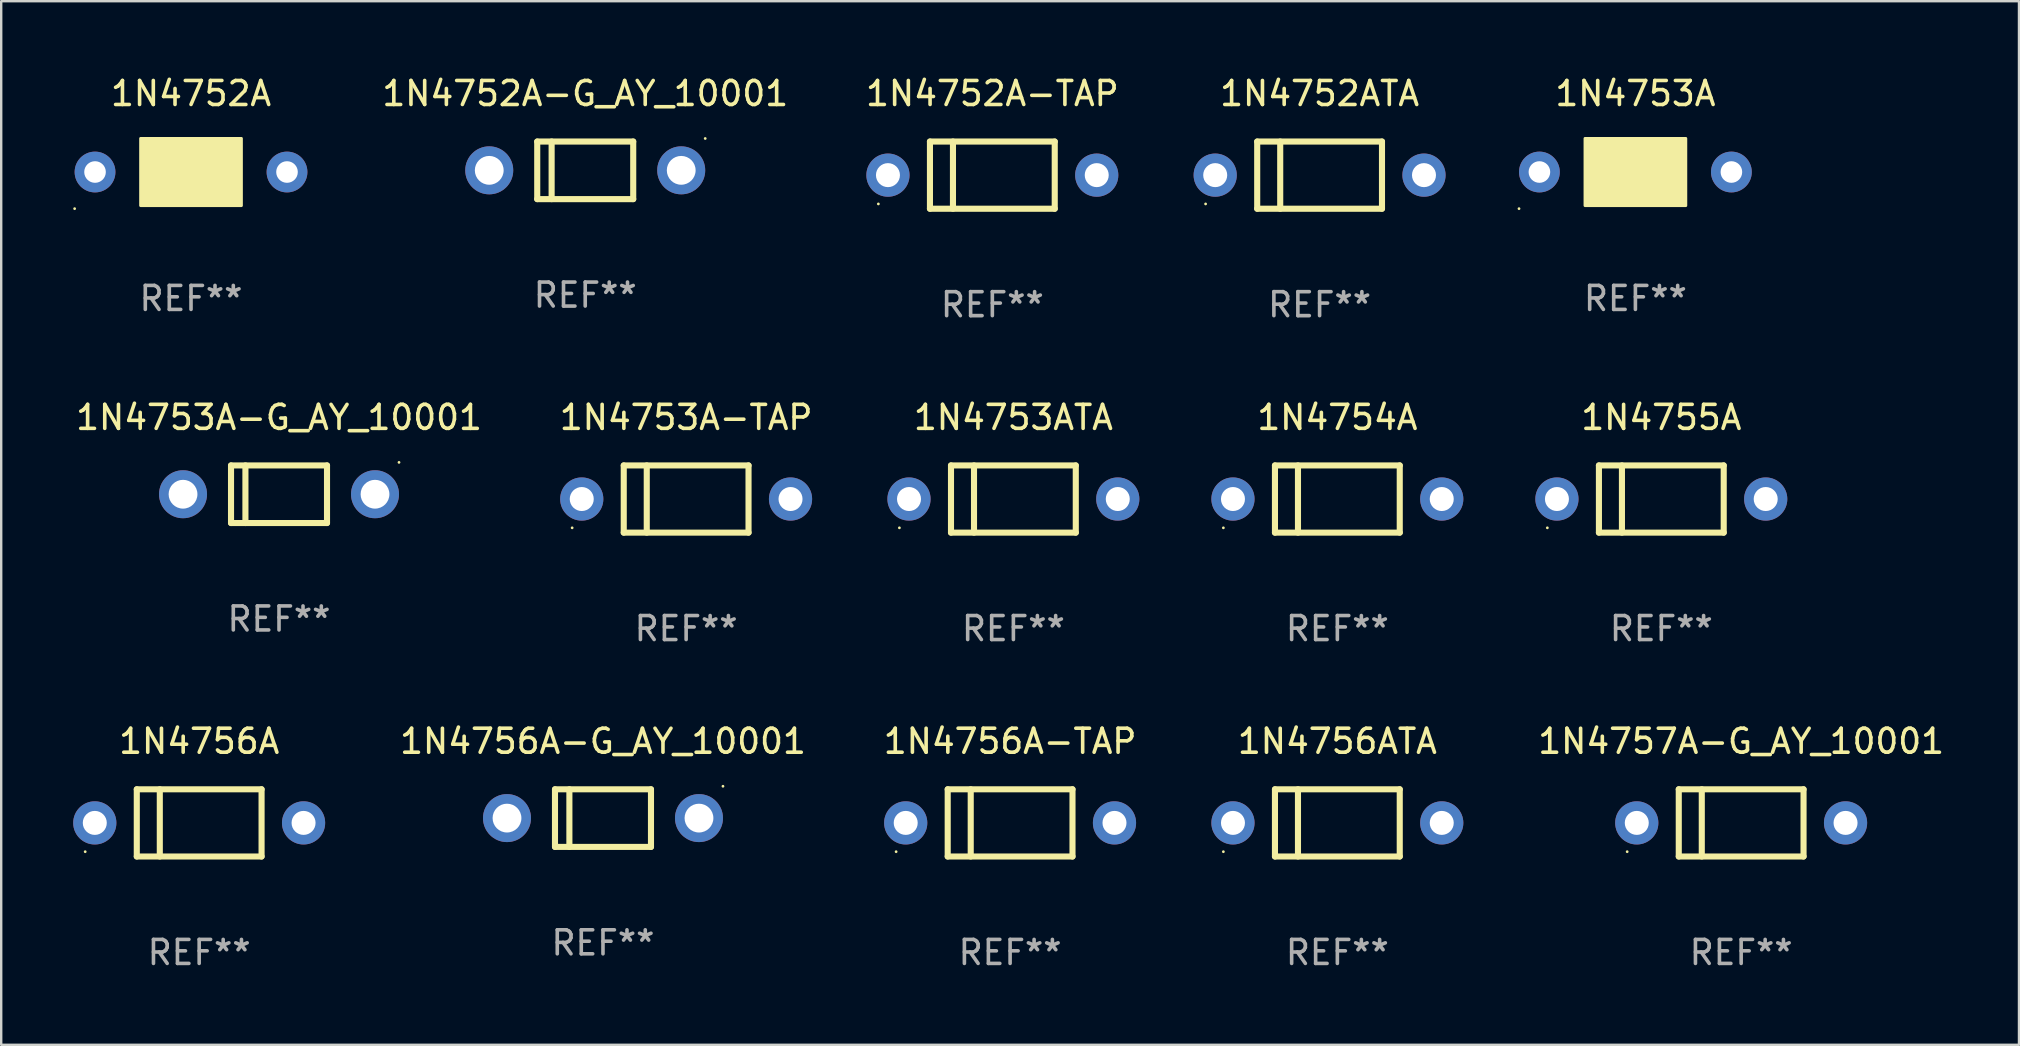
<source format=kicad_pcb>
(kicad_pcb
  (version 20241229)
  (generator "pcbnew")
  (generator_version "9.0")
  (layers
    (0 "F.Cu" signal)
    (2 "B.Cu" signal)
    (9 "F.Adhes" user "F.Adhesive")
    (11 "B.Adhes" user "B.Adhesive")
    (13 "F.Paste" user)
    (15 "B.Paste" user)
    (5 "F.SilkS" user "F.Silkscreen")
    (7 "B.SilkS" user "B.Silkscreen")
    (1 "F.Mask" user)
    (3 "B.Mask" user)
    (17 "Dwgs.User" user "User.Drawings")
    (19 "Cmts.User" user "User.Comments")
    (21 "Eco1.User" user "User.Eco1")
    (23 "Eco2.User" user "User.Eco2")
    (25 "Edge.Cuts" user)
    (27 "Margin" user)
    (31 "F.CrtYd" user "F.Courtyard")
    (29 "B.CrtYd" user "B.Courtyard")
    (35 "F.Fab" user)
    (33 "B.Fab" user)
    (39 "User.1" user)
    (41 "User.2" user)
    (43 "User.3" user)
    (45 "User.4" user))
  (footprint "1N4752A-G_AY_10001"
    (layer "F.Cu")
    (at 21.337 4.048)
    (property "Reference" "1N4752A-G_AY_10001" (at 0 -3.2 0) (layer "F.SilkS") (effects (font (size 1 1) (thickness 0.15))))
    (attr through_hole)
    (fp_line (start -2 -1.2) (end 2 -1.2) (stroke (width 0.254) (type solid)) (layer "F.SilkS"))
    (fp_line (start -2 1.2) (end -2 -1.2) (stroke (width 0.254) (type solid)) (layer "F.SilkS"))
    (fp_line (start -1.4 -1.2) (end -1.4 1.2) (stroke (width 0.254) (type solid)) (layer "F.SilkS"))
    (fp_line (start 2 -1.2) (end 2 1.2) (stroke (width 0.254) (type solid)) (layer "F.SilkS"))
    (fp_line (start 2 1.2) (end -2 1.2) (stroke (width 0.254) (type solid)) (layer "F.SilkS"))
    (fp_circle (center 5 -1.327) (end 5.03 -1.327) (stroke (width 0.06) (type solid)) (fill no) (layer "F.SilkS"))
    (fp_text user "REF**" (at 0 5.2 0) (layer "F.Fab") (effects (font (size 1 1) (thickness 0.15))))
    (pad "1" thru_hole circle (at -4 0) (size 2 2) (drill 1.2) (layers "*.Cu" "*.Mask"))
    (pad "2" thru_hole circle (at 4 0) (size 2 2) (drill 1.2) (layers "*.Cu" "*.Mask")))
  (footprint "1N4752ATA"
    (layer "F.Cu")
    (at 51.939 4.248)
    (property "Reference" "1N4752ATA" (at 0 -3.4 0) (layer "F.SilkS") (effects (font (size 1 1) (thickness 0.15))))
    (attr through_hole)
    (fp_line (start -2.6 -1.4) (end -2.6 1.4) (stroke (width 0.254) (type solid)) (layer "F.SilkS"))
    (fp_line (start -2.6 -1.4) (end 2.6 -1.4) (stroke (width 0.254) (type solid)) (layer "F.SilkS"))
    (fp_line (start -2.6 1.4) (end 2.6 1.4) (stroke (width 0.254) (type solid)) (layer "F.SilkS"))
    (fp_line (start -1.641 -1.4) (end -1.641 1.4) (stroke (width 0.254) (type solid)) (layer "F.SilkS"))
    (fp_line (start 2.6 -1.4) (end 2.6 1.4) (stroke (width 0.254) (type solid)) (layer "F.SilkS"))
    (fp_circle (center -4.75 1.2) (end -4.72 1.2) (stroke (width 0.06) (type solid)) (fill no) (layer "F.SilkS"))
    (fp_text user "REF**" (at 0 5.4 0) (layer "F.Fab") (effects (font (size 1 1) (thickness 0.15))))
    (pad "1" thru_hole circle (at -4.35 0) (size 1.8 1.8) (drill 1) (layers "*.Cu" "*.Mask"))
    (pad "2" thru_hole circle (at 4.35 0) (size 1.8 1.8) (drill 1) (layers "*.Cu" "*.Mask")))
  (footprint "1N4753ATA"
    (layer "F.Cu")
    (at 39.179 17.745)
    (property "Reference" "1N4753ATA" (at 0 -3.4 0) (layer "F.SilkS") (effects (font (size 1 1) (thickness 0.15))))
    (attr through_hole)
    (fp_line (start -2.6 -1.4) (end -2.6 1.4) (stroke (width 0.254) (type solid)) (layer "F.SilkS"))
    (fp_line (start -2.6 -1.4) (end 2.6 -1.4) (stroke (width 0.254) (type solid)) (layer "F.SilkS"))
    (fp_line (start -2.6 1.4) (end 2.6 1.4) (stroke (width 0.254) (type solid)) (layer "F.SilkS"))
    (fp_line (start -1.641 -1.4) (end -1.641 1.4) (stroke (width 0.254) (type solid)) (layer "F.SilkS"))
    (fp_line (start 2.6 -1.4) (end 2.6 1.4) (stroke (width 0.254) (type solid)) (layer "F.SilkS"))
    (fp_circle (center -4.75 1.2) (end -4.72 1.2) (stroke (width 0.06) (type solid)) (fill no) (layer "F.SilkS"))
    (fp_text user "REF**" (at 0 5.4 0) (layer "F.Fab") (effects (font (size 1 1) (thickness 0.15))))
    (pad "1" thru_hole circle (at -4.35 0) (size 1.8 1.8) (drill 1) (layers "*.Cu" "*.Mask"))
    (pad "2" thru_hole circle (at 4.35 0) (size 1.8 1.8) (drill 1) (layers "*.Cu" "*.Mask")))
  (footprint "1N4754A"
    (layer "F.Cu")
    (at 52.679 17.745)
    (property "Reference" "1N4754A" (at 0 -3.4 0) (layer "F.SilkS") (effects (font (size 1 1) (thickness 0.15))))
    (attr through_hole)
    (fp_line (start -2.6 -1.4) (end -2.6 1.4) (stroke (width 0.254) (type solid)) (layer "F.SilkS"))
    (fp_line (start -2.6 -1.4) (end 2.6 -1.4) (stroke (width 0.254) (type solid)) (layer "F.SilkS"))
    (fp_line (start -2.6 1.4) (end 2.6 1.4) (stroke (width 0.254) (type solid)) (layer "F.SilkS"))
    (fp_line (start -1.641 -1.4) (end -1.641 1.4) (stroke (width 0.254) (type solid)) (layer "F.SilkS"))
    (fp_line (start 2.6 -1.4) (end 2.6 1.4) (stroke (width 0.254) (type solid)) (layer "F.SilkS"))
    (fp_circle (center -4.75 1.2) (end -4.72 1.2) (stroke (width 0.06) (type solid)) (fill no) (layer "F.SilkS"))
    (fp_text user "REF**" (at 0 5.4 0) (layer "F.Fab") (effects (font (size 1 1) (thickness 0.15))))
    (pad "1" thru_hole circle (at -4.35 0) (size 1.8 1.8) (drill 1) (layers "*.Cu" "*.Mask"))
    (pad "2" thru_hole circle (at 4.35 0) (size 1.8 1.8) (drill 1) (layers "*.Cu" "*.Mask")))
  (footprint "1N4756ATA"
    (layer "F.Cu")
    (at 52.679 31.241)
    (property "Reference" "1N4756ATA" (at 0 -3.4 0) (layer "F.SilkS") (effects (font (size 1 1) (thickness 0.15))))
    (attr through_hole)
    (fp_line (start -2.6 -1.4) (end -2.6 1.4) (stroke (width 0.254) (type solid)) (layer "F.SilkS"))
    (fp_line (start -2.6 -1.4) (end 2.6 -1.4) (stroke (width 0.254) (type solid)) (layer "F.SilkS"))
    (fp_line (start -2.6 1.4) (end 2.6 1.4) (stroke (width 0.254) (type solid)) (layer "F.SilkS"))
    (fp_line (start -1.641 -1.4) (end -1.641 1.4) (stroke (width 0.254) (type solid)) (layer "F.SilkS"))
    (fp_line (start 2.6 -1.4) (end 2.6 1.4) (stroke (width 0.254) (type solid)) (layer "F.SilkS"))
    (fp_circle (center -4.75 1.2) (end -4.72 1.2) (stroke (width 0.06) (type solid)) (fill no) (layer "F.SilkS"))
    (fp_text user "REF**" (at 0 5.4 0) (layer "F.Fab") (effects (font (size 1 1) (thickness 0.15))))
    (pad "1" thru_hole circle (at -4.35 0) (size 1.8 1.8) (drill 1) (layers "*.Cu" "*.Mask"))
    (pad "2" thru_hole circle (at 4.35 0) (size 1.8 1.8) (drill 1) (layers "*.Cu" "*.Mask")))
  (footprint "1N4756A-TAP"
    (layer "F.Cu")
    (at 39.042 31.241)
    (property "Reference" "1N4756A-TAP" (at 0 -3.4 0) (layer "F.SilkS") (effects (font (size 1 1) (thickness 0.15))))
    (attr through_hole)
    (fp_line (start -2.6 -1.4) (end -2.6 1.4) (stroke (width 0.254) (type solid)) (layer "F.SilkS"))
    (fp_line (start -2.6 -1.4) (end 2.6 -1.4) (stroke (width 0.254) (type solid)) (layer "F.SilkS"))
    (fp_line (start -2.6 1.4) (end 2.6 1.4) (stroke (width 0.254) (type solid)) (layer "F.SilkS"))
    (fp_line (start -1.641 -1.4) (end -1.641 1.4) (stroke (width 0.254) (type solid)) (layer "F.SilkS"))
    (fp_line (start 2.6 -1.4) (end 2.6 1.4) (stroke (width 0.254) (type solid)) (layer "F.SilkS"))
    (fp_circle (center -4.75 1.2) (end -4.72 1.2) (stroke (width 0.06) (type solid)) (fill no) (layer "F.SilkS"))
    (fp_text user "REF**" (at 0 5.4 0) (layer "F.Fab") (effects (font (size 1 1) (thickness 0.15))))
    (pad "1" thru_hole circle (at -4.35 0) (size 1.8 1.8) (drill 1) (layers "*.Cu" "*.Mask"))
    (pad "2" thru_hole circle (at 4.35 0) (size 1.8 1.8) (drill 1) (layers "*.Cu" "*.Mask")))
  (footprint "1N4756A"
    (layer "F.Cu")
    (at 5.25 31.241)
    (property "Reference" "1N4756A" (at 0 -3.4 0) (layer "F.SilkS") (effects (font (size 1 1) (thickness 0.15))))
    (attr through_hole)
    (fp_line (start -2.6 -1.4) (end -2.6 1.4) (stroke (width 0.254) (type solid)) (layer "F.SilkS"))
    (fp_line (start -2.6 -1.4) (end 2.6 -1.4) (stroke (width 0.254) (type solid)) (layer "F.SilkS"))
    (fp_line (start -2.6 1.4) (end 2.6 1.4) (stroke (width 0.254) (type solid)) (layer "F.SilkS"))
    (fp_line (start -1.641 -1.4) (end -1.641 1.4) (stroke (width 0.254) (type solid)) (layer "F.SilkS"))
    (fp_line (start 2.6 -1.4) (end 2.6 1.4) (stroke (width 0.254) (type solid)) (layer "F.SilkS"))
    (fp_circle (center -4.75 1.2) (end -4.72 1.2) (stroke (width 0.06) (type solid)) (fill no) (layer "F.SilkS"))
    (fp_text user "REF**" (at 0 5.4 0) (layer "F.Fab") (effects (font (size 1 1) (thickness 0.15))))
    (pad "1" thru_hole circle (at -4.35 0) (size 1.8 1.8) (drill 1) (layers "*.Cu" "*.Mask"))
    (pad "2" thru_hole circle (at 4.35 0) (size 1.8 1.8) (drill 1) (layers "*.Cu" "*.Mask")))
  (footprint "1N4753A"
    (layer "F.Cu")
    (at 65.099 4.118)
    (property "Reference" "1N4753A" (at 0 -3.27 0) (layer "F.SilkS") (effects (font (size 1 1) (thickness 0.15))))
    (attr through_hole)
    (fp_line (start 1.27 -1.27) (end 1.27 1.27) (stroke (width 0.229) (type solid)) (layer "F.SilkS"))
    (fp_circle (center -4.85 1.527) (end -4.82 1.527) (stroke (width 0.06) (type solid)) (fill no) (layer "F.SilkS"))
    (fp_poly (pts (xy -2.1 -1.4) (xy 2.1 -1.4) (xy 2.1 1.4) (xy -2.1 1.4)) (stroke (width 0.12) (type solid)) (fill yes) (layer "F.SilkS"))
    (fp_text user "REF**" (at 0 5.27 0) (layer "F.Fab") (effects (font (size 1 1) (thickness 0.15))))
    (pad "1" thru_hole circle (at -4 0) (size 1.7 1.7) (drill 0.9) (layers "*.Cu" "*.Mask"))
    (pad "2" thru_hole circle (at 4 0) (size 1.7 1.7) (drill 0.9) (layers "*.Cu" "*.Mask")))
  (footprint "1N4757A-G_AY_10001"
    (layer "F.Cu")
    (at 69.506 31.241)
    (property "Reference" "1N4757A-G_AY_10001" (at 0 -3.4 0) (layer "F.SilkS") (effects (font (size 1 1) (thickness 0.15))))
    (attr through_hole)
    (fp_line (start -2.6 -1.4) (end -2.6 1.4) (stroke (width 0.254) (type solid)) (layer "F.SilkS"))
    (fp_line (start -2.6 -1.4) (end 2.6 -1.4) (stroke (width 0.254) (type solid)) (layer "F.SilkS"))
    (fp_line (start -2.6 1.4) (end 2.6 1.4) (stroke (width 0.254) (type solid)) (layer "F.SilkS"))
    (fp_line (start -1.641 -1.4) (end -1.641 1.4) (stroke (width 0.254) (type solid)) (layer "F.SilkS"))
    (fp_line (start 2.6 -1.4) (end 2.6 1.4) (stroke (width 0.254) (type solid)) (layer "F.SilkS"))
    (fp_circle (center -4.75 1.2) (end -4.72 1.2) (stroke (width 0.06) (type solid)) (fill no) (layer "F.SilkS"))
    (fp_text user "REF**" (at 0 5.4 0) (layer "F.Fab") (effects (font (size 1 1) (thickness 0.15))))
    (pad "1" thru_hole circle (at -4.35 0) (size 1.8 1.8) (drill 1) (layers "*.Cu" "*.Mask"))
    (pad "2" thru_hole circle (at 4.35 0) (size 1.8 1.8) (drill 1) (layers "*.Cu" "*.Mask")))
  (footprint "1N4753A-G_AY_10001"
    (layer "F.Cu")
    (at 8.577 17.545)
    (property "Reference" "1N4753A-G_AY_10001" (at 0 -3.2 0) (layer "F.SilkS") (effects (font (size 1 1) (thickness 0.15))))
    (attr through_hole)
    (fp_line (start -2 -1.2) (end 2 -1.2) (stroke (width 0.254) (type solid)) (layer "F.SilkS"))
    (fp_line (start -2 1.2) (end -2 -1.2) (stroke (width 0.254) (type solid)) (layer "F.SilkS"))
    (fp_line (start -1.4 -1.2) (end -1.4 1.2) (stroke (width 0.254) (type solid)) (layer "F.SilkS"))
    (fp_line (start 2 -1.2) (end 2 1.2) (stroke (width 0.254) (type solid)) (layer "F.SilkS"))
    (fp_line (start 2 1.2) (end -2 1.2) (stroke (width 0.254) (type solid)) (layer "F.SilkS"))
    (fp_circle (center 5 -1.327) (end 5.03 -1.327) (stroke (width 0.06) (type solid)) (fill no) (layer "F.SilkS"))
    (fp_text user "REF**" (at 0 5.2 0) (layer "F.Fab") (effects (font (size 1 1) (thickness 0.15))))
    (pad "1" thru_hole circle (at -4 0) (size 2 2) (drill 1.2) (layers "*.Cu" "*.Mask"))
    (pad "2" thru_hole circle (at 4 0) (size 2 2) (drill 1.2) (layers "*.Cu" "*.Mask")))
  (footprint "1N4752A-TAP"
    (layer "F.Cu")
    (at 38.302 4.248)
    (property "Reference" "1N4752A-TAP" (at 0 -3.4 0) (layer "F.SilkS") (effects (font (size 1 1) (thickness 0.15))))
    (attr through_hole)
    (fp_line (start -2.6 -1.4) (end -2.6 1.4) (stroke (width 0.254) (type solid)) (layer "F.SilkS"))
    (fp_line (start -2.6 -1.4) (end 2.6 -1.4) (stroke (width 0.254) (type solid)) (layer "F.SilkS"))
    (fp_line (start -2.6 1.4) (end 2.6 1.4) (stroke (width 0.254) (type solid)) (layer "F.SilkS"))
    (fp_line (start -1.641 -1.4) (end -1.641 1.4) (stroke (width 0.254) (type solid)) (layer "F.SilkS"))
    (fp_line (start 2.6 -1.4) (end 2.6 1.4) (stroke (width 0.254) (type solid)) (layer "F.SilkS"))
    (fp_circle (center -4.75 1.2) (end -4.72 1.2) (stroke (width 0.06) (type solid)) (fill no) (layer "F.SilkS"))
    (fp_text user "REF**" (at 0 5.4 0) (layer "F.Fab") (effects (font (size 1 1) (thickness 0.15))))
    (pad "1" thru_hole circle (at -4.35 0) (size 1.8 1.8) (drill 1) (layers "*.Cu" "*.Mask"))
    (pad "2" thru_hole circle (at 4.35 0) (size 1.8 1.8) (drill 1) (layers "*.Cu" "*.Mask")))
  (footprint "1N4756A-G_AY_10001"
    (layer "F.Cu")
    (at 22.077 31.041)
    (property "Reference" "1N4756A-G_AY_10001" (at 0 -3.2 0) (layer "F.SilkS") (effects (font (size 1 1) (thickness 0.15))))
    (attr through_hole)
    (fp_line (start -2 -1.2) (end 2 -1.2) (stroke (width 0.254) (type solid)) (layer "F.SilkS"))
    (fp_line (start -2 1.2) (end -2 -1.2) (stroke (width 0.254) (type solid)) (layer "F.SilkS"))
    (fp_line (start -1.4 -1.2) (end -1.4 1.2) (stroke (width 0.254) (type solid)) (layer "F.SilkS"))
    (fp_line (start 2 -1.2) (end 2 1.2) (stroke (width 0.254) (type solid)) (layer "F.SilkS"))
    (fp_line (start 2 1.2) (end -2 1.2) (stroke (width 0.254) (type solid)) (layer "F.SilkS"))
    (fp_circle (center 5 -1.327) (end 5.03 -1.327) (stroke (width 0.06) (type solid)) (fill no) (layer "F.SilkS"))
    (fp_text user "REF**" (at 0 5.2 0) (layer "F.Fab") (effects (font (size 1 1) (thickness 0.15))))
    (pad "1" thru_hole circle (at -4 0) (size 2 2) (drill 1.2) (layers "*.Cu" "*.Mask"))
    (pad "2" thru_hole circle (at 4 0) (size 2 2) (drill 1.2) (layers "*.Cu" "*.Mask")))
  (footprint "1N4755A"
    (layer "F.Cu")
    (at 66.179 17.745)
    (property "Reference" "1N4755A" (at 0 -3.4 0) (layer "F.SilkS") (effects (font (size 1 1) (thickness 0.15))))
    (attr through_hole)
    (fp_line (start -2.6 -1.4) (end -2.6 1.4) (stroke (width 0.254) (type solid)) (layer "F.SilkS"))
    (fp_line (start -2.6 -1.4) (end 2.6 -1.4) (stroke (width 0.254) (type solid)) (layer "F.SilkS"))
    (fp_line (start -2.6 1.4) (end 2.6 1.4) (stroke (width 0.254) (type solid)) (layer "F.SilkS"))
    (fp_line (start -1.641 -1.4) (end -1.641 1.4) (stroke (width 0.254) (type solid)) (layer "F.SilkS"))
    (fp_line (start 2.6 -1.4) (end 2.6 1.4) (stroke (width 0.254) (type solid)) (layer "F.SilkS"))
    (fp_circle (center -4.75 1.2) (end -4.72 1.2) (stroke (width 0.06) (type solid)) (fill no) (layer "F.SilkS"))
    (fp_text user "REF**" (at 0 5.4 0) (layer "F.Fab") (effects (font (size 1 1) (thickness 0.15))))
    (pad "1" thru_hole circle (at -4.35 0) (size 1.8 1.8) (drill 1) (layers "*.Cu" "*.Mask"))
    (pad "2" thru_hole circle (at 4.35 0) (size 1.8 1.8) (drill 1) (layers "*.Cu" "*.Mask")))
  (footprint "1N4753A-TAP"
    (layer "F.Cu")
    (at 25.542 17.745)
    (property "Reference" "1N4753A-TAP" (at 0 -3.4 0) (layer "F.SilkS") (effects (font (size 1 1) (thickness 0.15))))
    (attr through_hole)
    (fp_line (start -2.6 -1.4) (end -2.6 1.4) (stroke (width 0.254) (type solid)) (layer "F.SilkS"))
    (fp_line (start -2.6 -1.4) (end 2.6 -1.4) (stroke (width 0.254) (type solid)) (layer "F.SilkS"))
    (fp_line (start -2.6 1.4) (end 2.6 1.4) (stroke (width 0.254) (type solid)) (layer "F.SilkS"))
    (fp_line (start -1.641 -1.4) (end -1.641 1.4) (stroke (width 0.254) (type solid)) (layer "F.SilkS"))
    (fp_line (start 2.6 -1.4) (end 2.6 1.4) (stroke (width 0.254) (type solid)) (layer "F.SilkS"))
    (fp_circle (center -4.75 1.2) (end -4.72 1.2) (stroke (width 0.06) (type solid)) (fill no) (layer "F.SilkS"))
    (fp_text user "REF**" (at 0 5.4 0) (layer "F.Fab") (effects (font (size 1 1) (thickness 0.15))))
    (pad "1" thru_hole circle (at -4.35 0) (size 1.8 1.8) (drill 1) (layers "*.Cu" "*.Mask"))
    (pad "2" thru_hole circle (at 4.35 0) (size 1.8 1.8) (drill 1) (layers "*.Cu" "*.Mask")))
  (footprint "1N4752A"
    (layer "F.Cu")
    (at 4.91 4.118)
    (property "Reference" "1N4752A" (at 0 -3.27 0) (layer "F.SilkS") (effects (font (size 1 1) (thickness 0.15))))
    (attr through_hole)
    (fp_line (start 1.27 -1.27) (end 1.27 1.27) (stroke (width 0.229) (type solid)) (layer "F.SilkS"))
    (fp_circle (center -4.85 1.527) (end -4.82 1.527) (stroke (width 0.06) (type solid)) (fill no) (layer "F.SilkS"))
    (fp_poly (pts (xy -2.1 -1.4) (xy 2.1 -1.4) (xy 2.1 1.4) (xy -2.1 1.4)) (stroke (width 0.12) (type solid)) (fill yes) (layer "F.SilkS"))
    (fp_text user "REF**" (at 0 5.27 0) (layer "F.Fab") (effects (font (size 1 1) (thickness 0.15))))
    (pad "1" thru_hole circle (at -4 0) (size 1.7 1.7) (drill 0.9) (layers "*.Cu" "*.Mask"))
    (pad "2" thru_hole circle (at 4 0) (size 1.7 1.7) (drill 0.9) (layers "*.Cu" "*.Mask")))
  (gr_rect
    (start -3 -3)
    (end 81.083 40.489)
    (stroke (width 0.1) (type default))
    (fill no)
    (layer "Edge.Cuts")))
</source>
